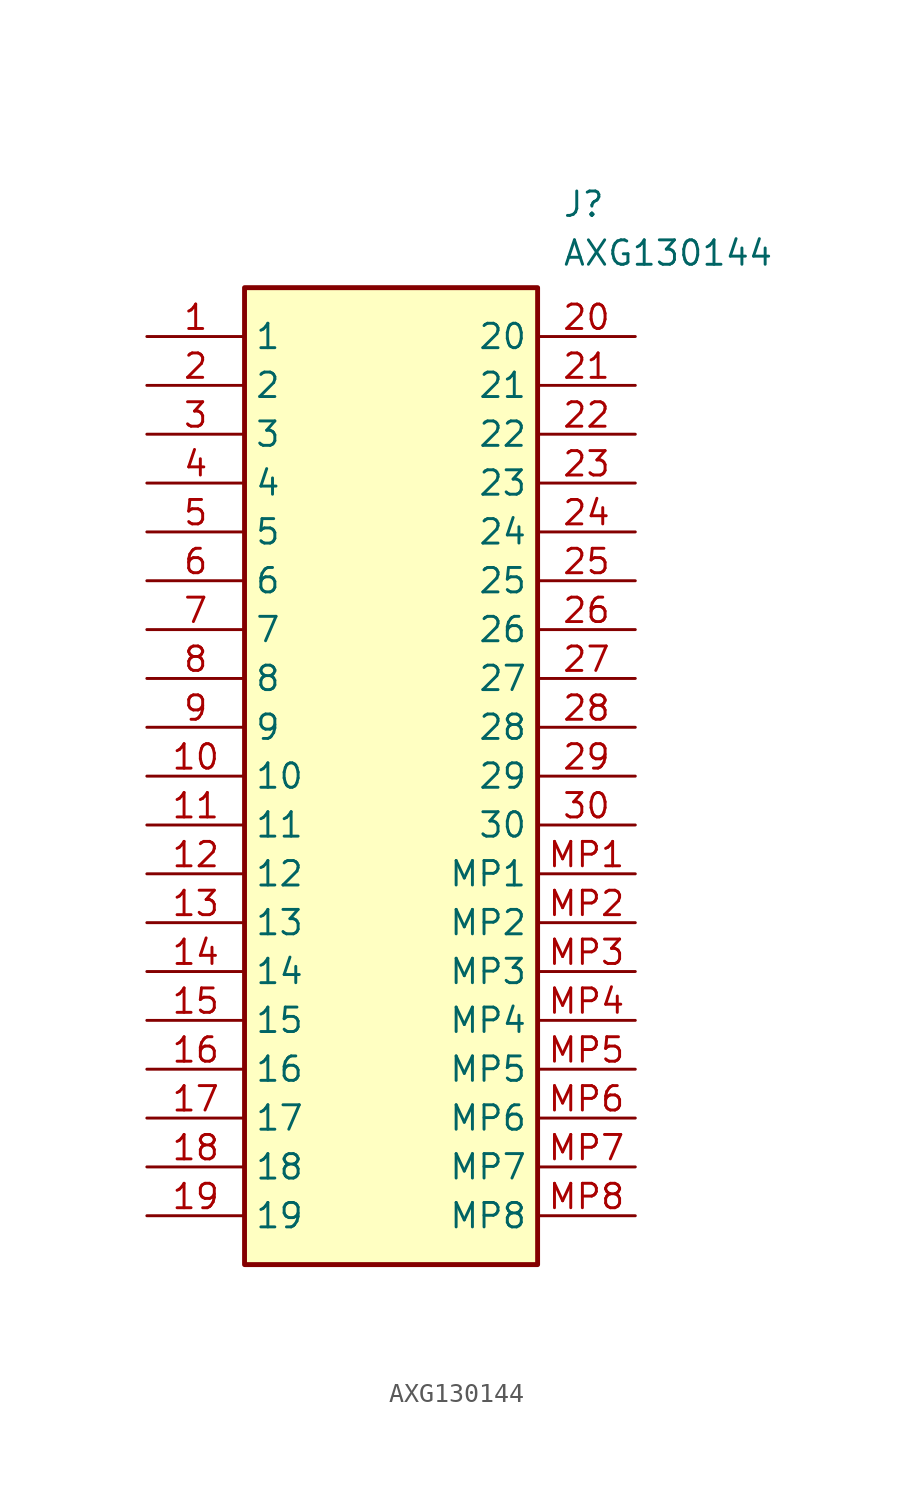
<source format=kicad_sym>
(kicad_symbol_lib
  (version 20220914)
  (generator kicad_symbol_editor)
  (symbol "AXG130144"
    (property "Reference" "J"
      (at 21.59 7.62 0)
      (effects (font (size 1.27 1.27)) (justify left top)))
    (property "Value" "AXG130144"
      (at 21.59 5.08 0)
      (effects (font (size 1.27 1.27)) (justify left top)))
    (symbol "AXG130144_1_1"
      (rectangle (start 5.08 2.54) (end 20.32 -48.26) (stroke (width 0.254) (type default)) (fill (type background)))
      (pin passive line (at 0 0 0) (length 5.08) (name "1" (effects (font (size 1.27 1.27)))) (number "1" (effects (font (size 1.27 1.27)))))
      (pin passive line (at 0 -22.86 0) (length 5.08) (name "10" (effects (font (size 1.27 1.27)))) (number "10" (effects (font (size 1.27 1.27)))))
      (pin passive line (at 0 -25.4 0) (length 5.08) (name "11" (effects (font (size 1.27 1.27)))) (number "11" (effects (font (size 1.27 1.27)))))
      (pin passive line (at 0 -27.94 0) (length 5.08) (name "12" (effects (font (size 1.27 1.27)))) (number "12" (effects (font (size 1.27 1.27)))))
      (pin passive line (at 0 -30.48 0) (length 5.08) (name "13" (effects (font (size 1.27 1.27)))) (number "13" (effects (font (size 1.27 1.27)))))
      (pin passive line (at 0 -33.02 0) (length 5.08) (name "14" (effects (font (size 1.27 1.27)))) (number "14" (effects (font (size 1.27 1.27)))))
      (pin passive line (at 0 -35.56 0) (length 5.08) (name "15" (effects (font (size 1.27 1.27)))) (number "15" (effects (font (size 1.27 1.27)))))
      (pin passive line (at 0 -38.1 0) (length 5.08) (name "16" (effects (font (size 1.27 1.27)))) (number "16" (effects (font (size 1.27 1.27)))))
      (pin passive line (at 0 -40.64 0) (length 5.08) (name "17" (effects (font (size 1.27 1.27)))) (number "17" (effects (font (size 1.27 1.27)))))
      (pin passive line (at 0 -43.18 0) (length 5.08) (name "18" (effects (font (size 1.27 1.27)))) (number "18" (effects (font (size 1.27 1.27)))))
      (pin passive line (at 0 -45.72 0) (length 5.08) (name "19" (effects (font (size 1.27 1.27)))) (number "19" (effects (font (size 1.27 1.27)))))
      (pin passive line (at 0 -2.54 0) (length 5.08) (name "2" (effects (font (size 1.27 1.27)))) (number "2" (effects (font (size 1.27 1.27)))))
      (pin passive line (at 25.4 0 180) (length 5.08) (name "20" (effects (font (size 1.27 1.27)))) (number "20" (effects (font (size 1.27 1.27)))))
      (pin passive line (at 25.4 -2.54 180) (length 5.08) (name "21" (effects (font (size 1.27 1.27)))) (number "21" (effects (font (size 1.27 1.27)))))
      (pin passive line (at 25.4 -5.08 180) (length 5.08) (name "22" (effects (font (size 1.27 1.27)))) (number "22" (effects (font (size 1.27 1.27)))))
      (pin passive line (at 25.4 -7.62 180) (length 5.08) (name "23" (effects (font (size 1.27 1.27)))) (number "23" (effects (font (size 1.27 1.27)))))
      (pin passive line (at 25.4 -10.16 180) (length 5.08) (name "24" (effects (font (size 1.27 1.27)))) (number "24" (effects (font (size 1.27 1.27)))))
      (pin passive line (at 25.4 -12.7 180) (length 5.08) (name "25" (effects (font (size 1.27 1.27)))) (number "25" (effects (font (size 1.27 1.27)))))
      (pin passive line (at 25.4 -15.24 180) (length 5.08) (name "26" (effects (font (size 1.27 1.27)))) (number "26" (effects (font (size 1.27 1.27)))))
      (pin passive line (at 25.4 -17.78 180) (length 5.08) (name "27" (effects (font (size 1.27 1.27)))) (number "27" (effects (font (size 1.27 1.27)))))
      (pin passive line (at 25.4 -20.32 180) (length 5.08) (name "28" (effects (font (size 1.27 1.27)))) (number "28" (effects (font (size 1.27 1.27)))))
      (pin passive line (at 25.4 -22.86 180) (length 5.08) (name "29" (effects (font (size 1.27 1.27)))) (number "29" (effects (font (size 1.27 1.27)))))
      (pin passive line (at 0 -5.08 0) (length 5.08) (name "3" (effects (font (size 1.27 1.27)))) (number "3" (effects (font (size 1.27 1.27)))))
      (pin passive line (at 25.4 -25.4 180) (length 5.08) (name "30" (effects (font (size 1.27 1.27)))) (number "30" (effects (font (size 1.27 1.27)))))
      (pin passive line (at 0 -7.62 0) (length 5.08) (name "4" (effects (font (size 1.27 1.27)))) (number "4" (effects (font (size 1.27 1.27)))))
      (pin passive line (at 0 -10.16 0) (length 5.08) (name "5" (effects (font (size 1.27 1.27)))) (number "5" (effects (font (size 1.27 1.27)))))
      (pin passive line (at 0 -12.7 0) (length 5.08) (name "6" (effects (font (size 1.27 1.27)))) (number "6" (effects (font (size 1.27 1.27)))))
      (pin passive line (at 0 -15.24 0) (length 5.08) (name "7" (effects (font (size 1.27 1.27)))) (number "7" (effects (font (size 1.27 1.27)))))
      (pin passive line (at 0 -17.78 0) (length 5.08) (name "8" (effects (font (size 1.27 1.27)))) (number "8" (effects (font (size 1.27 1.27)))))
      (pin passive line (at 0 -20.32 0) (length 5.08) (name "9" (effects (font (size 1.27 1.27)))) (number "9" (effects (font (size 1.27 1.27)))))
      (pin passive line (at 25.4 -27.94 180) (length 5.08) (name "MP1" (effects (font (size 1.27 1.27)))) (number "MP1" (effects (font (size 1.27 1.27)))))
      (pin passive line (at 25.4 -30.48 180) (length 5.08) (name "MP2" (effects (font (size 1.27 1.27)))) (number "MP2" (effects (font (size 1.27 1.27)))))
      (pin passive line (at 25.4 -33.02 180) (length 5.08) (name "MP3" (effects (font (size 1.27 1.27)))) (number "MP3" (effects (font (size 1.27 1.27)))))
      (pin passive line (at 25.4 -35.56 180) (length 5.08) (name "MP4" (effects (font (size 1.27 1.27)))) (number "MP4" (effects (font (size 1.27 1.27)))))
      (pin passive line (at 25.4 -38.1 180) (length 5.08) (name "MP5" (effects (font (size 1.27 1.27)))) (number "MP5" (effects (font (size 1.27 1.27)))))
      (pin passive line (at 25.4 -40.64 180) (length 5.08) (name "MP6" (effects (font (size 1.27 1.27)))) (number "MP6" (effects (font (size 1.27 1.27)))))
      (pin passive line (at 25.4 -43.18 180) (length 5.08) (name "MP7" (effects (font (size 1.27 1.27)))) (number "MP7" (effects (font (size 1.27 1.27)))))
      (pin passive line (at 25.4 -45.72 180) (length 5.08) (name "MP8" (effects (font (size 1.27 1.27)))) (number "MP8" (effects (font (size 1.27 1.27))))))))
</source>
